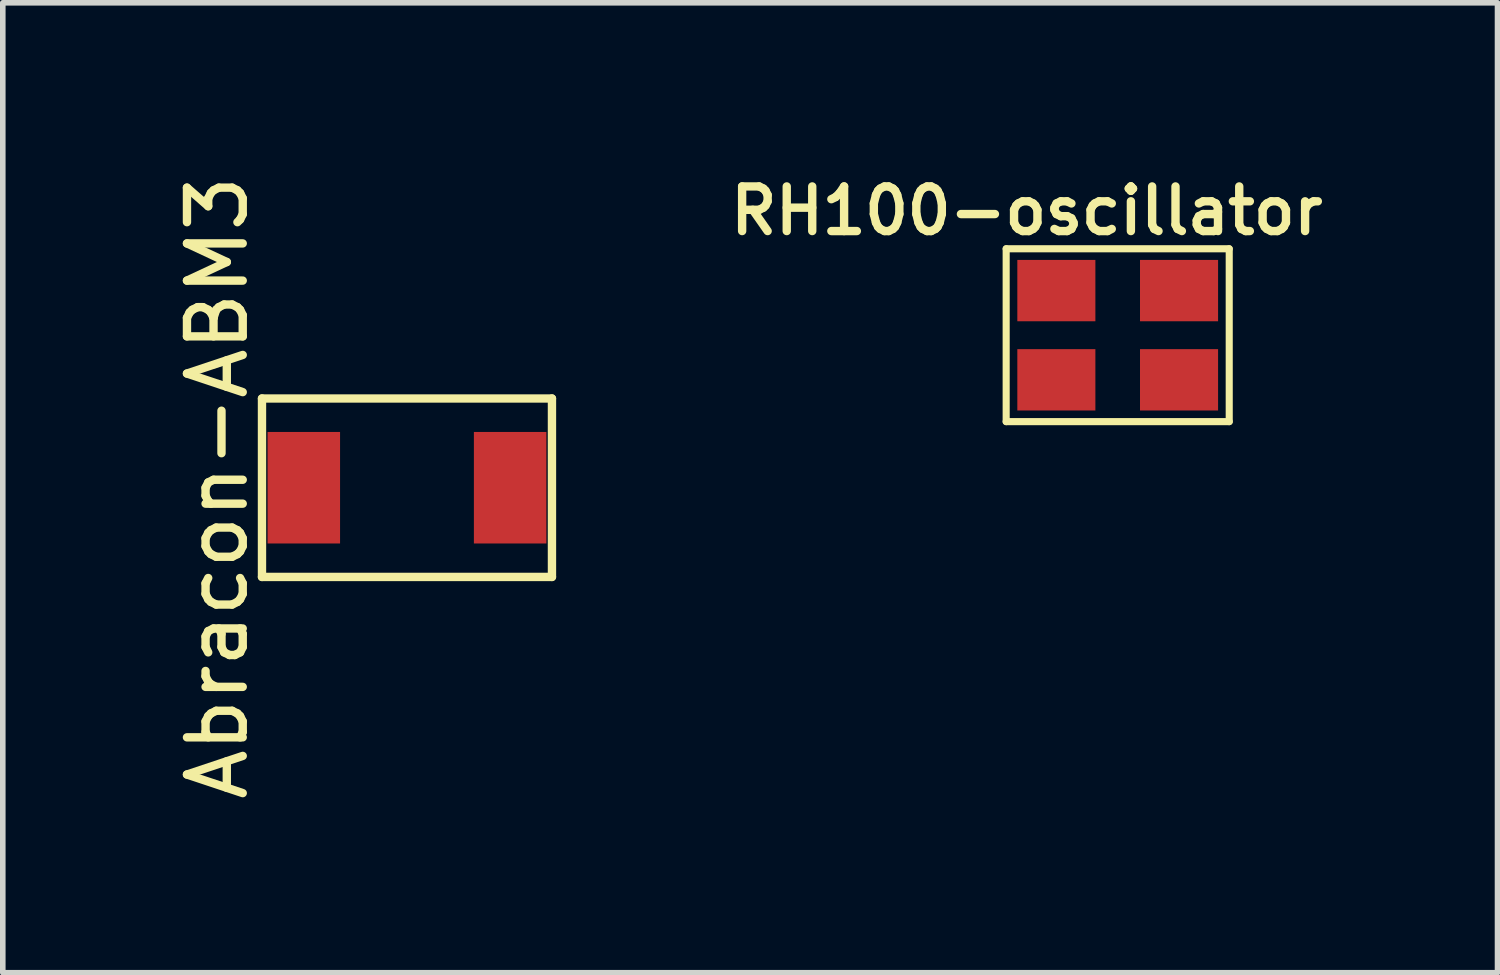
<source format=kicad_pcb>
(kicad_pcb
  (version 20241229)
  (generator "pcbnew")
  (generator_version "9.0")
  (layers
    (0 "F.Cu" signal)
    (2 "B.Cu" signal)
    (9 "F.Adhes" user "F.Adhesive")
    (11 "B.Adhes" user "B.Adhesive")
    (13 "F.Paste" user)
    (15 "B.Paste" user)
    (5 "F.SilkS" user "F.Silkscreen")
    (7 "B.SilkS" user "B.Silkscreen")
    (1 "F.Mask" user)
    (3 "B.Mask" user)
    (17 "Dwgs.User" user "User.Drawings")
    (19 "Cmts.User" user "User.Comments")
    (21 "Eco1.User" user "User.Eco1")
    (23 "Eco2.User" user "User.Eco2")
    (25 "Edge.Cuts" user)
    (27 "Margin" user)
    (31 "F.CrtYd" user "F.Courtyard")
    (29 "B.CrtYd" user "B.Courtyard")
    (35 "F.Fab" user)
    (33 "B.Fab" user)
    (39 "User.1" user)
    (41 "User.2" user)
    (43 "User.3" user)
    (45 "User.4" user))
  (footprint "Abracon-ABM3"
    (layer "F.Cu")
    (at 4.248 5.696)
    (property "Reference" "Abracon-ABM3" (at -3.4 0 270) (layer "F.SilkS") (effects (font (size 1 1) (thickness 0.15))))
    (attr through_hole)
    (fp_line (start -2.6 -1.6) (end 2.6 -1.6) (stroke (width 0.15) (type solid)) (layer "F.SilkS"))
    (fp_line (start -2.6 1.6) (end -2.6 -1.6) (stroke (width 0.15) (type solid)) (layer "F.SilkS"))
    (fp_line (start 2.6 1.6) (end -2.6 1.6) (stroke (width 0.15) (type solid)) (layer "F.SilkS"))
    (fp_line (start 2.6 1.6) (end 2.6 -1.6) (stroke (width 0.15) (type solid)) (layer "F.SilkS"))
    (pad "1" smd rect (at -1.85 0) (size 1.3 2) (layers "F.Cu" "F.Mask" "F.Paste"))
    (pad "2" smd rect (at 1.85 0) (size 1.3 2) (layers "F.Cu" "F.Mask" "F.Paste")))
  (footprint "RH100-oscillator"
    (layer "F.Cu")
    (at 16.993 2.961)
    (property "Reference" "RH100-oscillator" (at -1.63 -2.23 0) (layer "F.SilkS") (effects (font (size 0.8 0.8) (thickness 0.15))))
    (attr smd)
    (fp_line (start -2 -1.55) (end -2 1.55) (stroke (width 0.127) (type solid)) (layer "F.SilkS"))
    (fp_line (start -2 -1.55) (end 2 -1.55) (stroke (width 0.127) (type solid)) (layer "F.SilkS"))
    (fp_line (start -2 1.55) (end 2 1.55) (stroke (width 0.127) (type solid)) (layer "F.SilkS"))
    (fp_line (start 2 -1.55) (end 2 1.55) (stroke (width 0.127) (type solid)) (layer "F.SilkS"))
    (pad "1" smd rect (at -1.1 0.8) (size 1.4 1.1) (layers "F.Cu" "F.Mask" "F.Paste"))
    (pad "2" smd rect (at 1.1 0.8) (size 1.4 1.1) (layers "F.Cu" "F.Mask" "F.Paste"))
    (pad "3" smd rect (at 1.1 -0.8) (size 1.4 1.1) (layers "F.Cu" "F.Mask" "F.Paste"))
    (pad "4" smd rect (at -1.1 -0.8) (size 1.4 1.1) (layers "F.Cu" "F.Mask" "F.Paste")))
  (gr_rect
    (start -3 -3)
    (end 23.804 14.393)
    (stroke (width 0.1) (type default))
    (fill no)
    (layer "Edge.Cuts")))
</source>
